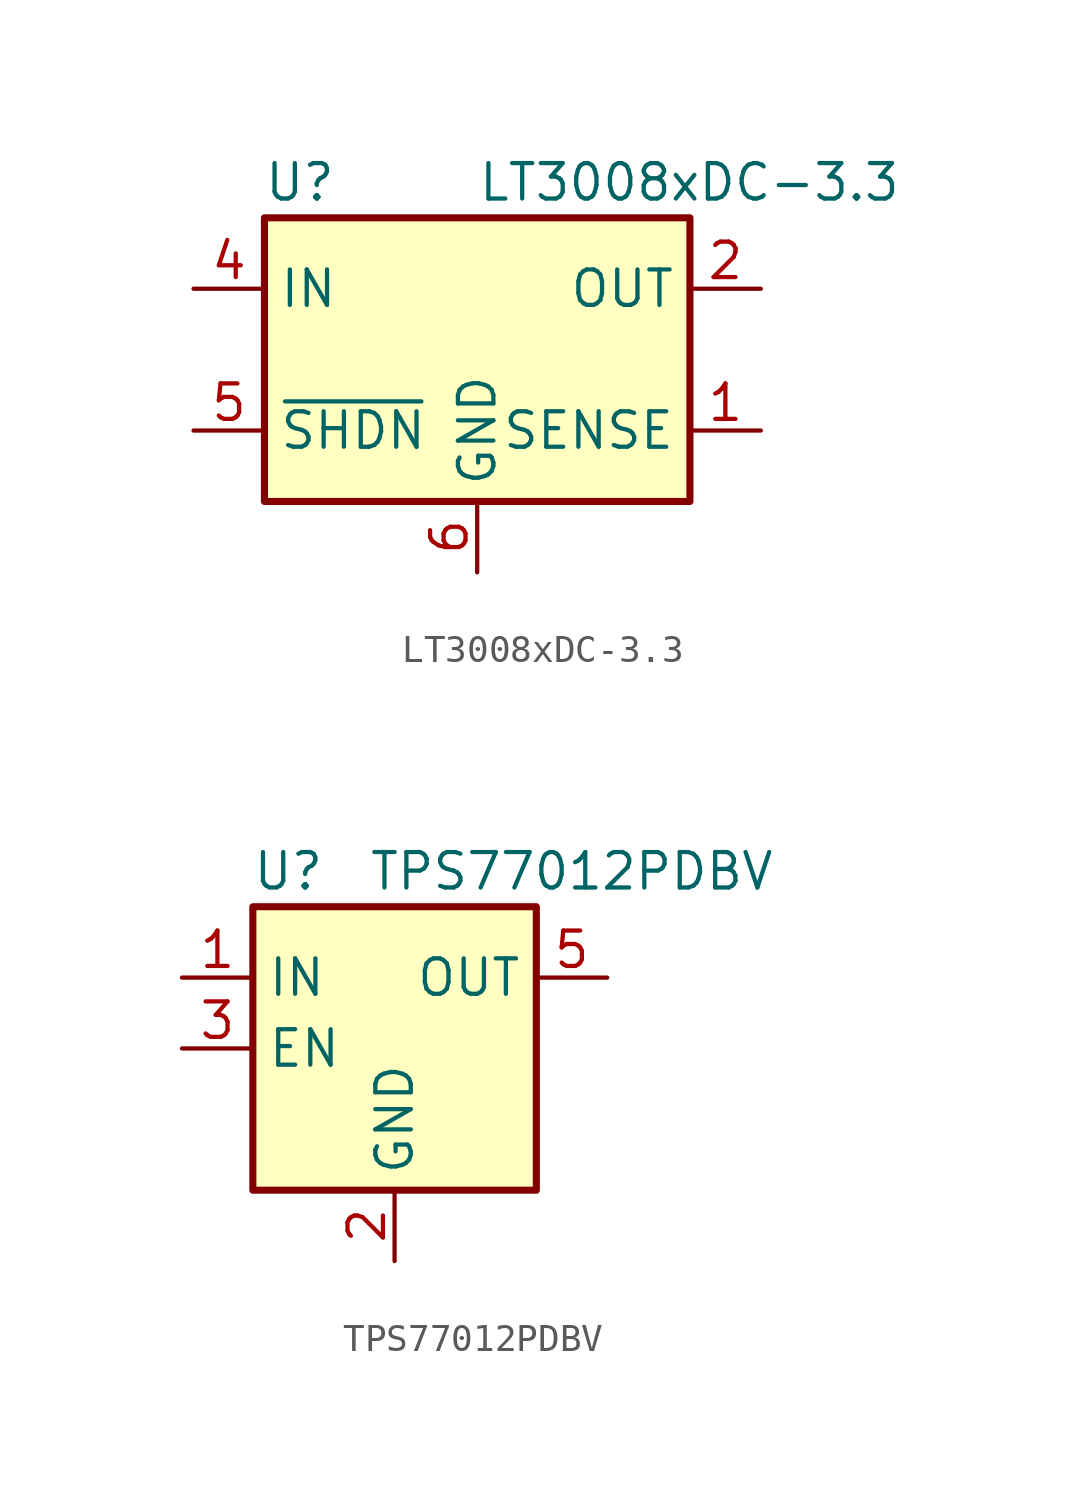
<source format=kicad_sym>
(kicad_symbol_lib
  (version 20241209)
  (generator "kicad_symbol_editor")
  (generator_version "9.0")
  (symbol "LT3008xDC-3.3"
    (property "Reference" "U"
      (at -6.35 6.35 0)
      (effects (font (size 1.27 1.27))))
    (property "Value" "LT3008xDC-3.3"
      (at 0 6.35 0)
      (effects (font (size 1.27 1.27)) (justify left)))
    (symbol "LT3008xDC-3.3_0_1"
      (rectangle (start -7.62 5.08) (end 7.62 -5.08) (stroke (width 0.254) (type default)) (fill (type background))))
    (symbol "LT3008xDC-3.3_1_1"
      (pin power_in line (at -10.16 2.54 0) (length 2.54) (name "IN" (effects (font (size 1.27 1.27)))) (number "4" (effects (font (size 1.27 1.27)))))
      (pin input line (at -10.16 -2.54 0) (length 2.54) (name "~{SHDN}" (effects (font (size 1.27 1.27)))) (number "5" (effects (font (size 1.27 1.27)))))
      (pin power_in line (at 0 -7.62 90) (length 2.54) (name "GND" (effects (font (size 1.27 1.27)))) (number "6" (effects (font (size 1.27 1.27)))))
      (pin passive line (at 0 -7.62 90) (length 2.54) (hide yes) (name "GND" (effects (font (size 1.27 1.27)))) (number "7" (effects (font (size 1.27 1.27)))))
      (pin power_out line (at 10.16 2.54 180) (length 2.54) (name "OUT" (effects (font (size 1.27 1.27)))) (number "2" (effects (font (size 1.27 1.27)))))
      (pin passive line (at 10.16 2.54 180) (length 2.54) (hide yes) (name "OUT" (effects (font (size 1.27 1.27)))) (number "3" (effects (font (size 1.27 1.27)))))
      (pin input line (at 10.16 -2.54 180) (length 2.54) (name "SENSE" (effects (font (size 1.27 1.27)))) (number "1" (effects (font (size 1.27 1.27)))))))
  (symbol "TPS77012PDBV"
    (property "Reference" "U"
      (at -3.81 6.35 0)
      (effects (font (size 1.27 1.27))))
    (property "Value" "TPS77012PDBV"
      (at 6.35 6.35 0)
      (effects (font (size 1.27 1.27))))
    (symbol "TPS77012PDBV_0_1"
      (rectangle (start -5.08 -5.08) (end 5.08 5.08) (stroke (width 0.254) (type default)) (fill (type background)))
      (pin power_in line (at -7.62 2.54 0) (length 2.54) (name "IN" (effects (font (size 1.27 1.27)))) (number "1" (effects (font (size 1.27 1.27)))))
      (pin input line (at -7.62 0 0) (length 2.54) (name "EN" (effects (font (size 1.27 1.27)))) (number "3" (effects (font (size 1.27 1.27)))))
      (pin power_in line (at 0 -7.62 90) (length 2.54) (name "GND" (effects (font (size 1.27 1.27)))) (number "2" (effects (font (size 1.27 1.27)))))
      (pin power_out line (at 7.62 2.54 180) (length 2.54) (name "OUT" (effects (font (size 1.27 1.27)))) (number "5" (effects (font (size 1.27 1.27))))))
    (symbol "TPS77012PDBV_1_1"
      (pin no_connect line (at 5.08 0 180) (length 2.54) (hide yes) (name "NC/FB" (effects (font (size 1.27 1.27)))) (number "4" (effects (font (size 1.27 1.27))))))))
</source>
